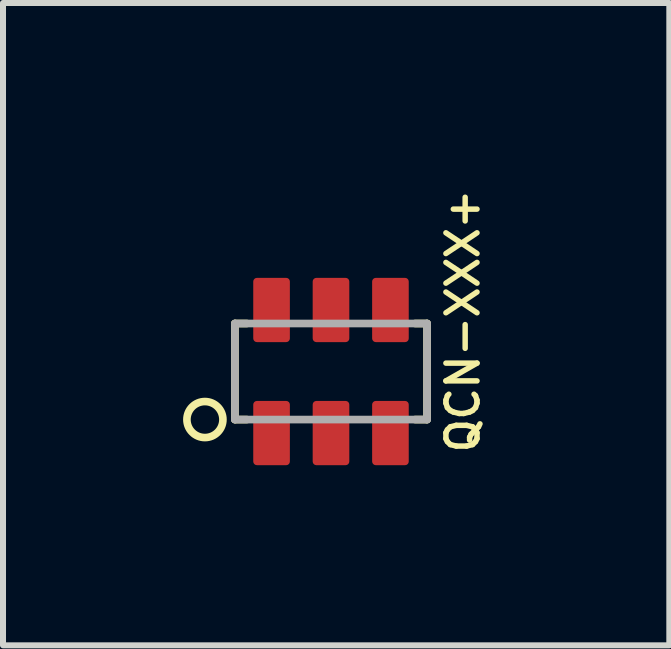
<source format=kicad_pcb>
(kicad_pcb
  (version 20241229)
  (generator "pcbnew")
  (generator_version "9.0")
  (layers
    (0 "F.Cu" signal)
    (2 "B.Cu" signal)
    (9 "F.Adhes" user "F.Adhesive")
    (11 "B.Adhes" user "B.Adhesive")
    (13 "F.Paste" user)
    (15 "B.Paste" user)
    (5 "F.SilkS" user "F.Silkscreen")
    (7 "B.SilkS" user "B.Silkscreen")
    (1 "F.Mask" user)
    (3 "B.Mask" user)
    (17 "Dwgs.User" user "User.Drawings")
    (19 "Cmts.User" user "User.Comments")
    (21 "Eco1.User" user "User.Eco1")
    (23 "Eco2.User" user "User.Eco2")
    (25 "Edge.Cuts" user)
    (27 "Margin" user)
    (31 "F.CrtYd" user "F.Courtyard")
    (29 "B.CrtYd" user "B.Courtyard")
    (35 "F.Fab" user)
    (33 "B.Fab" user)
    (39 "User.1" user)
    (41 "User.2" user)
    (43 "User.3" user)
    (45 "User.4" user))
  (footprint "QCN-XXX+"
    (layer "F.Cu")
    (at 2.463 3.138)
    (property "Reference" "QCN-XXX+" (at 2.5 1.4 90) (unlocked yes) (layer "F.SilkS") (effects (font (size 0.518 0.518) (thickness 0.091)) (justify left bottom)))
    (fp_line (start -1.6 -0.8) (end -1.6 0.8) (stroke (width 0.127) (type solid)) (layer "F.SilkS"))
    (fp_line (start -1.6 0.8) (end -1.4 0.8) (stroke (width 0.127) (type solid)) (layer "F.SilkS"))
    (fp_line (start -1.4 -0.8) (end -1.6 -0.8) (stroke (width 0.127) (type solid)) (layer "F.SilkS"))
    (fp_line (start 1.4 -0.8) (end 1.6 -0.8) (stroke (width 0.127) (type solid)) (layer "F.SilkS"))
    (fp_line (start 1.6 -0.8) (end 1.6 0.8) (stroke (width 0.127) (type solid)) (layer "F.SilkS"))
    (fp_line (start 1.6 0.8) (end 1.4 0.8) (stroke (width 0.127) (type solid)) (layer "F.SilkS"))
    (fp_circle (center -2.1 0.8) (end -1.8 0.8) (stroke (width 0.127) (type solid)) (fill no) (layer "F.SilkS"))
    (fp_poly (pts (xy -1.25 -0.55) (xy -0.75 -0.55) (xy -0.75 -1.5) (xy -1.25 -1.5)) (stroke (width 0) (type default)) (fill yes) (layer "F.Paste"))
    (fp_poly (pts (xy -0.75 0.55) (xy -1.25 0.55) (xy -1.25 1.5) (xy -0.75 1.5)) (stroke (width 0) (type default)) (fill yes) (layer "F.Paste"))
    (fp_poly (pts (xy -0.25 -0.55) (xy 0.25 -0.55) (xy 0.25 -1.5) (xy -0.25 -1.5)) (stroke (width 0) (type default)) (fill yes) (layer "F.Paste"))
    (fp_poly (pts (xy 0.25 0.55) (xy -0.25 0.55) (xy -0.25 1.5) (xy 0.25 1.5)) (stroke (width 0) (type default)) (fill yes) (layer "F.Paste"))
    (fp_poly (pts (xy 0.75 -0.55) (xy 1.25 -0.55) (xy 1.25 -1.5) (xy 0.75 -1.5)) (stroke (width 0) (type default)) (fill yes) (layer "F.Paste"))
    (fp_poly (pts (xy 1.25 0.55) (xy 0.75 0.55) (xy 0.75 1.5) (xy 1.25 1.5)) (stroke (width 0) (type default)) (fill yes) (layer "F.Paste"))
    (fp_line (start -1.6 -0.8) (end -1.6 0.8) (stroke (width 0.127) (type solid)) (layer "F.Fab"))
    (fp_line (start -1.6 0.8) (end 1.6 0.8) (stroke (width 0.127) (type solid)) (layer "F.Fab"))
    (fp_line (start 1.6 -0.8) (end -1.6 -0.8) (stroke (width 0.127) (type solid)) (layer "F.Fab"))
    (fp_line (start 1.6 0.8) (end 1.6 -0.8) (stroke (width 0.127) (type solid)) (layer "F.Fab"))
    (pad "1" smd roundrect (at -0.99 1.025) (size 0.61 1.07) (layers "F.Cu" "F.Mask") (roundrect_rratio 0.1))
    (pad "2" smd roundrect (at 0 1.025) (size 0.61 1.07) (layers "F.Cu" "F.Mask") (roundrect_rratio 0.1))
    (pad "3" smd roundrect (at 0.99 1.025) (size 0.61 1.07) (layers "F.Cu" "F.Mask") (roundrect_rratio 0.1))
    (pad "4" smd roundrect (at 0.99 -1.025 180) (size 0.61 1.07) (layers "F.Cu" "F.Mask") (roundrect_rratio 0.1))
    (pad "5" smd roundrect (at 0 -1.025 180) (size 0.61 1.07) (layers "F.Cu" "F.Mask") (roundrect_rratio 0.1))
    (pad "6" smd roundrect (at -0.99 -1.025 180) (size 0.61 1.07) (layers "F.Cu" "F.Mask") (roundrect_rratio 0.1)))
  (gr_rect
    (start -3 -3)
    (end 8.098 7.698)
    (stroke (width 0.1) (type default))
    (fill no)
    (layer "Edge.Cuts")))
</source>
